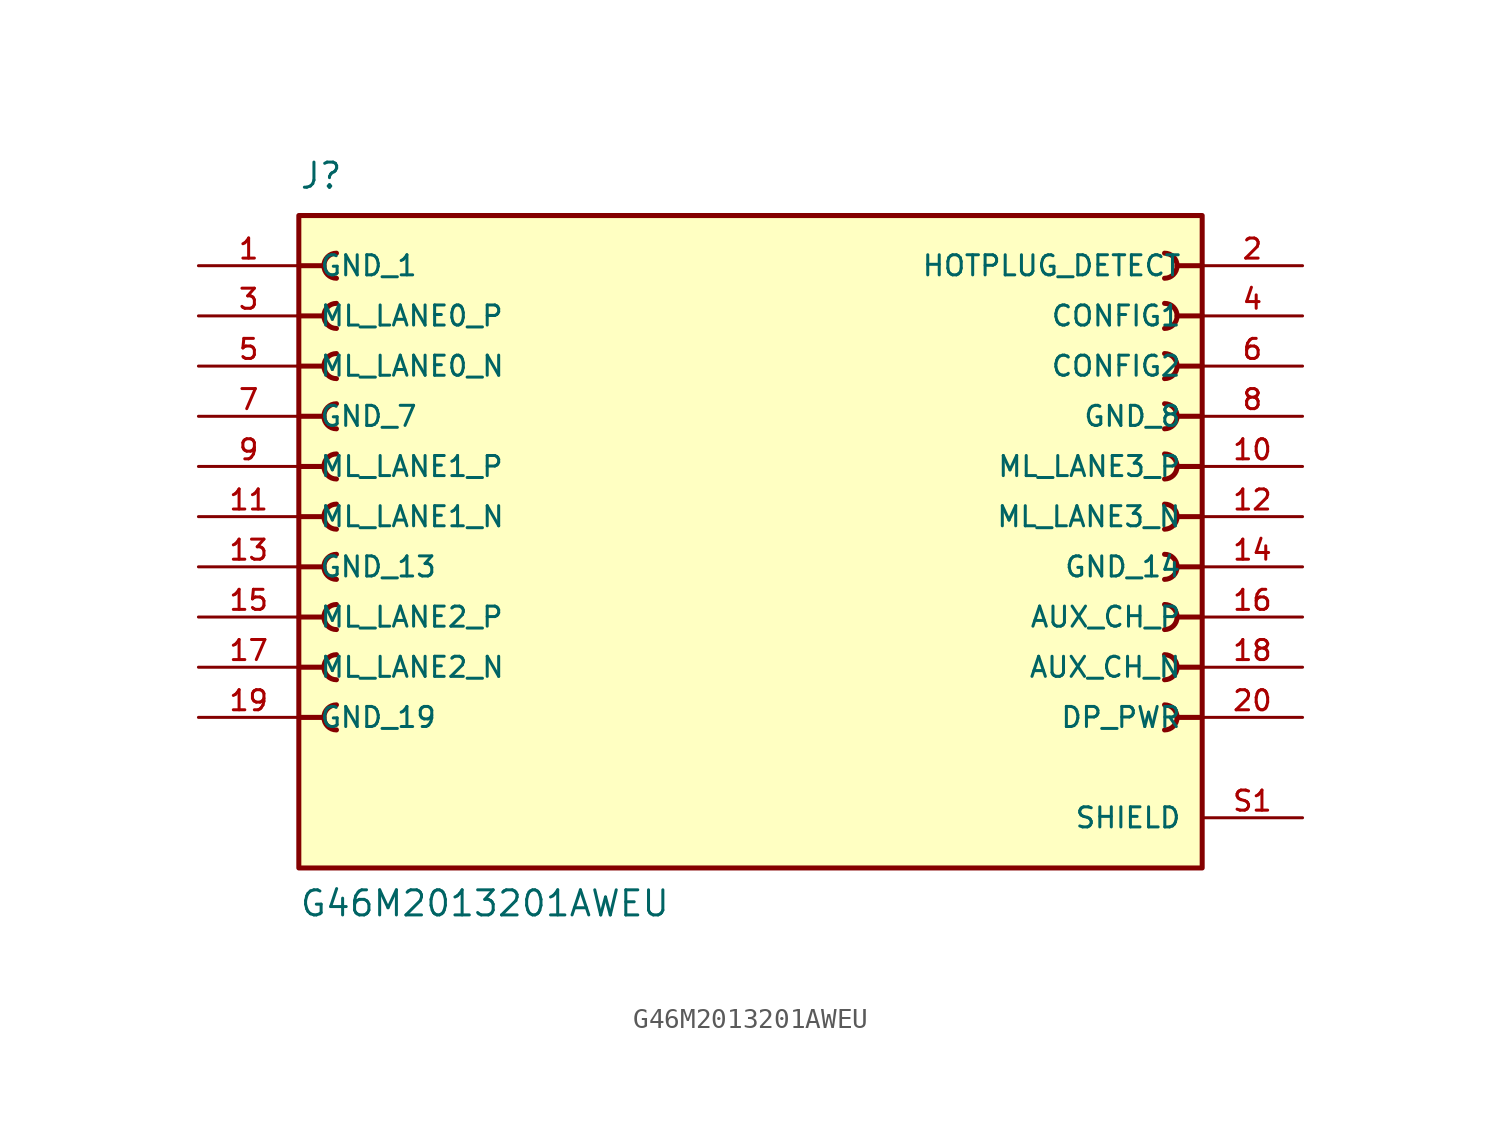
<source format=kicad_sym>
(kicad_symbol_lib
  (version 20211014)
  (generator kicad_symbol_editor)
  (symbol "G46M2013201AWEU"
    (pin_names
      (offset 1.016))
    (property "Reference" "J"
      (at -22.86 16.51 0)
      (effects (font (size 1.27 1.27)) (justify bottom left)))
    (property "Value" "G46M2013201AWEU"
      (at -22.86 -20.32 0)
      (effects (font (size 1.27 1.27)) (justify bottom left)))
    (symbol "G46M2013201AWEU_0_0"
      (polyline (pts (xy 22.86 12.7) (xy 21.59 12.7)) (stroke (width 0.254)))
      (arc (start 20.955 12.065) (mid 21.59 12.7) (end 20.955 13.335) (stroke (width 0.254) (type default) (color 0 0 0 0)) (fill (type none)))
      (polyline (pts (xy 22.86 10.16) (xy 21.59 10.16)) (stroke (width 0.254)))
      (arc (start 20.955 9.525) (mid 21.59 10.16) (end 20.955 10.795) (stroke (width 0.254) (type default) (color 0 0 0 0)) (fill (type none)))
      (polyline (pts (xy 22.86 7.62) (xy 21.59 7.62)) (stroke (width 0.254)))
      (arc (start 20.955 6.985) (mid 21.59 7.62) (end 20.955 8.255) (stroke (width 0.254) (type default) (color 0 0 0 0)) (fill (type none)))
      (polyline (pts (xy 22.86 5.08) (xy 21.59 5.08)) (stroke (width 0.254)))
      (arc (start 20.955 4.445) (mid 21.59 5.08) (end 20.955 5.715) (stroke (width 0.254) (type default) (color 0 0 0 0)) (fill (type none)))
      (polyline (pts (xy 22.86 2.54) (xy 21.59 2.54)) (stroke (width 0.254)))
      (arc (start 20.955 1.905) (mid 21.59 2.54) (end 20.955 3.175) (stroke (width 0.254) (type default) (color 0 0 0 0)) (fill (type none)))
      (polyline (pts (xy 22.86 0.0) (xy 21.59 0.0)) (stroke (width 0.254)))
      (arc (start 20.955 -0.635) (mid 21.59 0.0) (end 20.955 0.635) (stroke (width 0.254) (type default) (color 0 0 0 0)) (fill (type none)))
      (polyline (pts (xy 22.86 -2.54) (xy 21.59 -2.54)) (stroke (width 0.254)))
      (arc (start 20.955 -3.175) (mid 21.59 -2.54) (end 20.955 -1.905) (stroke (width 0.254) (type default) (color 0 0 0 0)) (fill (type none)))
      (polyline (pts (xy 22.86 -5.08) (xy 21.59 -5.08)) (stroke (width 0.254)))
      (arc (start 20.955 -5.715) (mid 21.59 -5.08) (end 20.955 -4.445) (stroke (width 0.254) (type default) (color 0 0 0 0)) (fill (type none)))
      (polyline (pts (xy 22.86 -7.62) (xy 21.59 -7.62)) (stroke (width 0.254)))
      (arc (start 20.955 -8.255) (mid 21.59 -7.62) (end 20.955 -6.985) (stroke (width 0.254) (type default) (color 0 0 0 0)) (fill (type none)))
      (polyline (pts (xy 22.86 -10.16) (xy 21.59 -10.16)) (stroke (width 0.254)))
      (arc (start 20.955 -10.795) (mid 21.59 -10.16) (end 20.955 -9.525) (stroke (width 0.254) (type default) (color 0 0 0 0)) (fill (type none)))
      (polyline (pts (xy -22.86 -10.16) (xy -21.59 -10.16)) (stroke (width 0.254)))
      (arc (start -20.955 -9.525) (mid -21.59 -10.16) (end -20.955 -10.795) (stroke (width 0.254) (type default) (color 0 0 0 0)) (fill (type none)))
      (polyline (pts (xy -22.86 -7.62) (xy -21.59 -7.62)) (stroke (width 0.254)))
      (arc (start -20.955 -6.985) (mid -21.59 -7.62) (end -20.955 -8.255) (stroke (width 0.254) (type default) (color 0 0 0 0)) (fill (type none)))
      (polyline (pts (xy -22.86 -5.08) (xy -21.59 -5.08)) (stroke (width 0.254)))
      (arc (start -20.955 -4.445) (mid -21.59 -5.08) (end -20.955 -5.715) (stroke (width 0.254) (type default) (color 0 0 0 0)) (fill (type none)))
      (polyline (pts (xy -22.86 -2.54) (xy -21.59 -2.54)) (stroke (width 0.254)))
      (arc (start -20.955 -1.905) (mid -21.59 -2.54) (end -20.955 -3.175) (stroke (width 0.254) (type default) (color 0 0 0 0)) (fill (type none)))
      (polyline (pts (xy -22.86 0.0) (xy -21.59 0.0)) (stroke (width 0.254)))
      (arc (start -20.955 0.635) (mid -21.59 -0.0) (end -20.955 -0.635) (stroke (width 0.254) (type default) (color 0 0 0 0)) (fill (type none)))
      (polyline (pts (xy -22.86 2.54) (xy -21.59 2.54)) (stroke (width 0.254)))
      (arc (start -20.955 3.175) (mid -21.59 2.54) (end -20.955 1.905) (stroke (width 0.254) (type default) (color 0 0 0 0)) (fill (type none)))
      (polyline (pts (xy -22.86 5.08) (xy -21.59 5.08)) (stroke (width 0.254)))
      (arc (start -20.955 5.715) (mid -21.59 5.08) (end -20.955 4.445) (stroke (width 0.254) (type default) (color 0 0 0 0)) (fill (type none)))
      (polyline (pts (xy -22.86 7.62) (xy -21.59 7.62)) (stroke (width 0.254)))
      (arc (start -20.955 8.255) (mid -21.59 7.62) (end -20.955 6.985) (stroke (width 0.254) (type default) (color 0 0 0 0)) (fill (type none)))
      (polyline (pts (xy -22.86 10.16) (xy -21.59 10.16)) (stroke (width 0.254)))
      (arc (start -20.955 10.795) (mid -21.59 10.16) (end -20.955 9.525) (stroke (width 0.254) (type default) (color 0 0 0 0)) (fill (type none)))
      (polyline (pts (xy -22.86 12.7) (xy -21.59 12.7)) (stroke (width 0.254)))
      (arc (start -20.955 13.335) (mid -21.59 12.7) (end -20.955 12.065) (stroke (width 0.254) (type default) (color 0 0 0 0)) (fill (type none)))
      (rectangle (start -22.86 -17.78) (end 22.86 15.24) (stroke (width 0.254)) (fill (type background)))
      (pin power_in line (at -27.94 12.7 0) (length 5.08) (name "GND_1" (effects (font (size 1.016 1.016)))) (number "1" (effects (font (size 1.016 1.016)))))
      (pin input line (at 27.94 12.7 180.0) (length 5.08) (name "HOTPLUG_DETECT" (effects (font (size 1.016 1.016)))) (number "2" (effects (font (size 1.016 1.016)))))
      (pin output line (at -27.94 10.16 0) (length 5.08) (name "ML_LANE0_P" (effects (font (size 1.016 1.016)))) (number "3" (effects (font (size 1.016 1.016)))))
      (pin passive line (at 27.94 10.16 180.0) (length 5.08) (name "CONFIG1" (effects (font (size 1.016 1.016)))) (number "4" (effects (font (size 1.016 1.016)))))
      (pin output line (at -27.94 7.62 0) (length 5.08) (name "ML_LANE0_N" (effects (font (size 1.016 1.016)))) (number "5" (effects (font (size 1.016 1.016)))))
      (pin passive line (at 27.94 7.62 180.0) (length 5.08) (name "CONFIG2" (effects (font (size 1.016 1.016)))) (number "6" (effects (font (size 1.016 1.016)))))
      (pin power_in line (at -27.94 5.08 0) (length 5.08) (name "GND_7" (effects (font (size 1.016 1.016)))) (number "7" (effects (font (size 1.016 1.016)))))
      (pin power_in line (at 27.94 5.08 180.0) (length 5.08) (name "GND_8" (effects (font (size 1.016 1.016)))) (number "8" (effects (font (size 1.016 1.016)))))
      (pin output line (at -27.94 2.54 0) (length 5.08) (name "ML_LANE1_P" (effects (font (size 1.016 1.016)))) (number "9" (effects (font (size 1.016 1.016)))))
      (pin output line (at 27.94 2.54 180.0) (length 5.08) (name "ML_LANE3_P" (effects (font (size 1.016 1.016)))) (number "10" (effects (font (size 1.016 1.016)))))
      (pin output line (at -27.94 0.0 0) (length 5.08) (name "ML_LANE1_N" (effects (font (size 1.016 1.016)))) (number "11" (effects (font (size 1.016 1.016)))))
      (pin output line (at 27.94 0.0 180.0) (length 5.08) (name "ML_LANE3_N" (effects (font (size 1.016 1.016)))) (number "12" (effects (font (size 1.016 1.016)))))
      (pin power_in line (at -27.94 -2.54 0) (length 5.08) (name "GND_13" (effects (font (size 1.016 1.016)))) (number "13" (effects (font (size 1.016 1.016)))))
      (pin power_in line (at 27.94 -2.54 180.0) (length 5.08) (name "GND_14" (effects (font (size 1.016 1.016)))) (number "14" (effects (font (size 1.016 1.016)))))
      (pin output line (at -27.94 -5.08 0) (length 5.08) (name "ML_LANE2_P" (effects (font (size 1.016 1.016)))) (number "15" (effects (font (size 1.016 1.016)))))
      (pin bidirectional line (at 27.94 -5.08 180.0) (length 5.08) (name "AUX_CH_P" (effects (font (size 1.016 1.016)))) (number "16" (effects (font (size 1.016 1.016)))))
      (pin output line (at -27.94 -7.62 0) (length 5.08) (name "ML_LANE2_N" (effects (font (size 1.016 1.016)))) (number "17" (effects (font (size 1.016 1.016)))))
      (pin bidirectional line (at 27.94 -7.62 180.0) (length 5.08) (name "AUX_CH_N" (effects (font (size 1.016 1.016)))) (number "18" (effects (font (size 1.016 1.016)))))
      (pin power_in line (at -27.94 -10.16 0) (length 5.08) (name "GND_19" (effects (font (size 1.016 1.016)))) (number "19" (effects (font (size 1.016 1.016)))))
      (pin power_in line (at 27.94 -10.16 180.0) (length 5.08) (name "DP_PWR" (effects (font (size 1.016 1.016)))) (number "20" (effects (font (size 1.016 1.016)))))
      (pin passive line (at 27.94 -15.24 180.0) (length 5.08) (name "SHIELD" (effects (font (size 1.016 1.016)))) (number "S1" (effects (font (size 1.016 1.016)))))
      (pin passive line (at 27.94 -15.24 180.0) (length 5.08) hide (name "SHIELD" (effects (font (size 1.016 1.016)))) (number "S2" (effects (font (size 1.016 1.016)))))
      (pin passive line (at 27.94 -15.24 180.0) (length 5.08) hide (name "SHIELD" (effects (font (size 1.016 1.016)))) (number "S3" (effects (font (size 1.016 1.016)))))
      (pin passive line (at 27.94 -15.24 180.0) (length 5.08) hide (name "SHIELD" (effects (font (size 1.016 1.016)))) (number "S4" (effects (font (size 1.016 1.016))))))))
</source>
